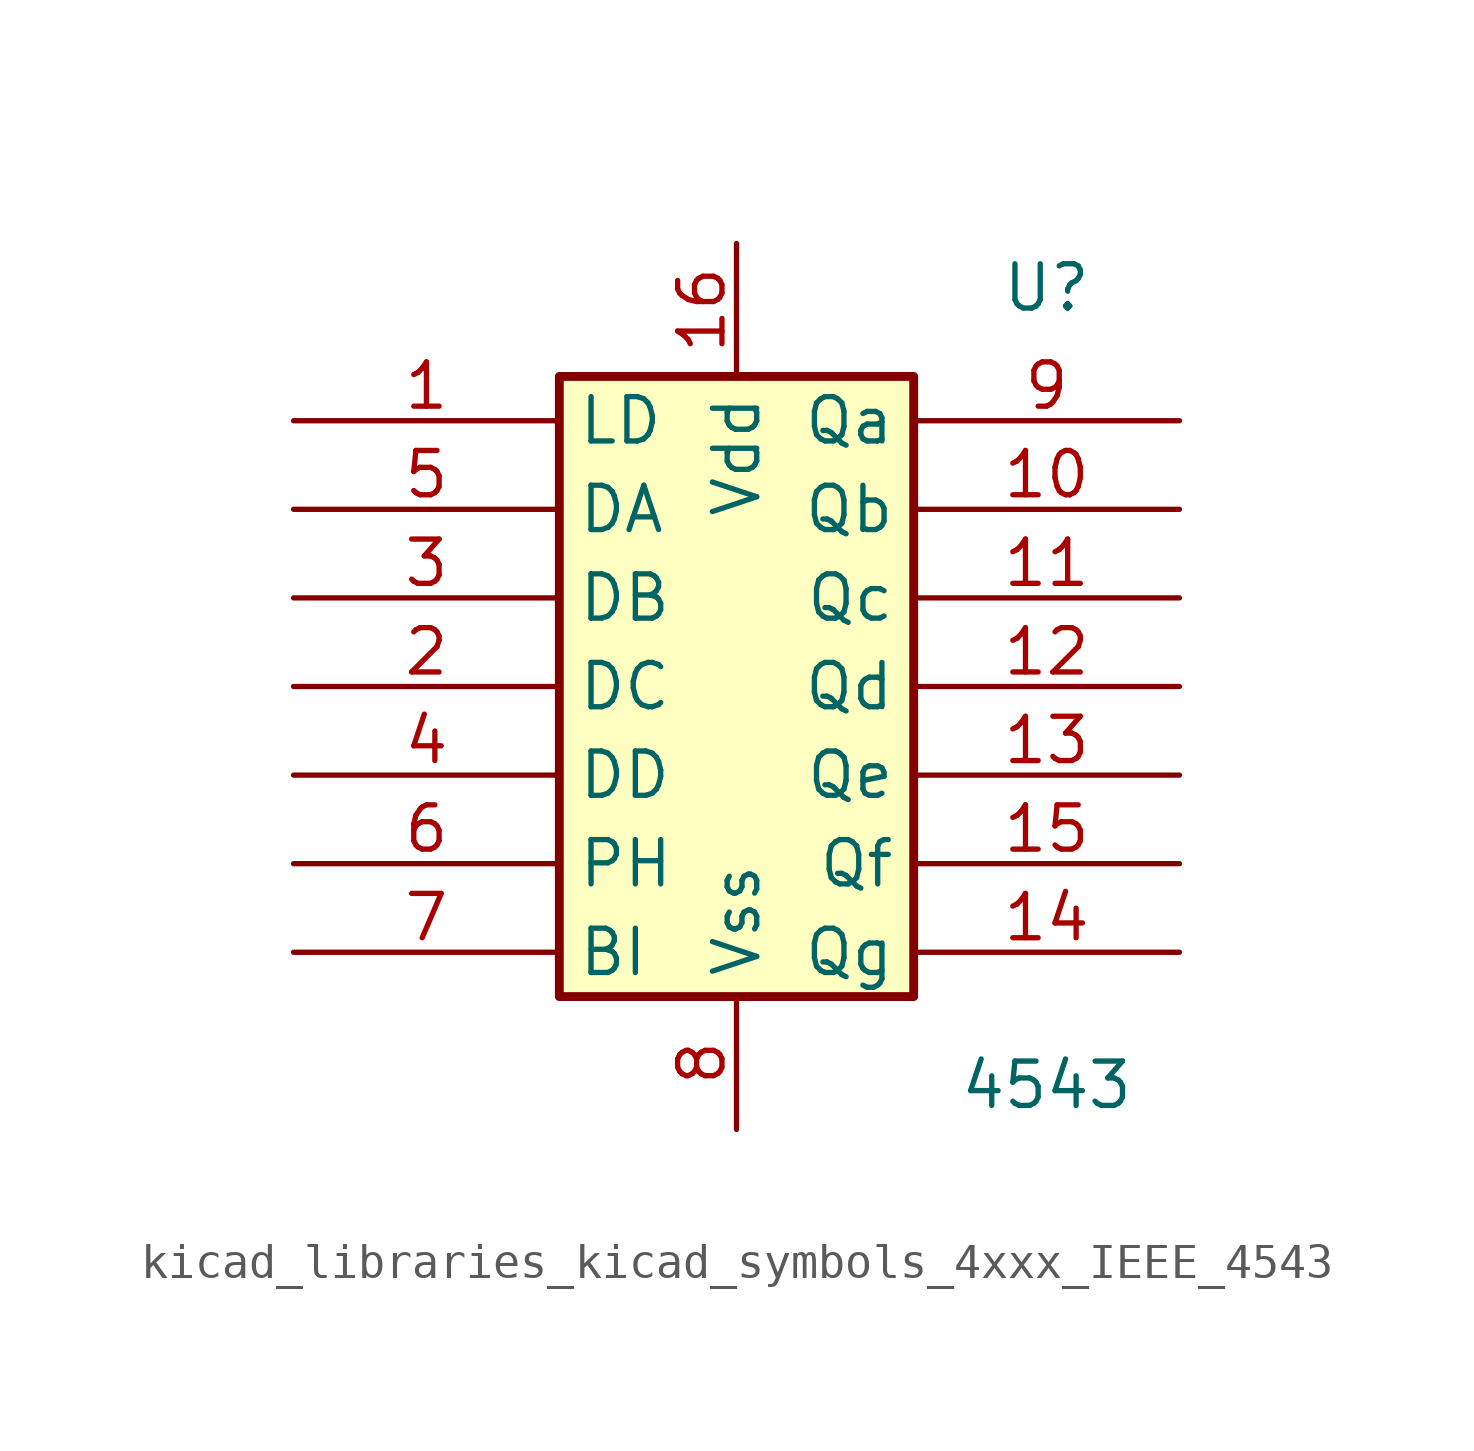
<source format=kicad_sym>
(kicad_symbol_lib
  (version 20220914)
  (generator kicad_symbol_editor)
  (symbol "kicad_libraries_kicad_symbols_4xxx_IEEE_4543"
    (property "Reference" "U"
      (at 8.89 11.43 0)
      (effects (font (size 1.27 1.27))))
    (property "Value" "4543"
      (at 8.89 -11.43 0)
      (effects (font (size 1.27 1.27))))
    (symbol "kicad_libraries_kicad_symbols_4xxx_IEEE_4543_0_1"
      (rectangle (start -5.08 8.89) (end 5.08 -8.89) (stroke (width 0.254) (type default)) (fill (type background))))
    (symbol "kicad_libraries_kicad_symbols_4xxx_IEEE_4543_1_1"
      (pin input line (at -12.7 7.62 0) (length 7.62) (name "LD" (effects (font (size 1.27 1.27)))) (number "1" (effects (font (size 1.27 1.27)))))
      (pin output line (at 12.7 5.08 180) (length 7.62) (name "Qb" (effects (font (size 1.27 1.27)))) (number "10" (effects (font (size 1.27 1.27)))))
      (pin output line (at 12.7 2.54 180) (length 7.62) (name "Qc" (effects (font (size 1.27 1.27)))) (number "11" (effects (font (size 1.27 1.27)))))
      (pin output line (at 12.7 0 180) (length 7.62) (name "Qd" (effects (font (size 1.27 1.27)))) (number "12" (effects (font (size 1.27 1.27)))))
      (pin output line (at 12.7 -2.54 180) (length 7.62) (name "Qe" (effects (font (size 1.27 1.27)))) (number "13" (effects (font (size 1.27 1.27)))))
      (pin output line (at 12.7 -7.62 180) (length 7.62) (name "Qg" (effects (font (size 1.27 1.27)))) (number "14" (effects (font (size 1.27 1.27)))))
      (pin output line (at 12.7 -5.08 180) (length 7.62) (name "Qf" (effects (font (size 1.27 1.27)))) (number "15" (effects (font (size 1.27 1.27)))))
      (pin power_in line (at 0 12.7 270) (length 3.81) (name "Vdd" (effects (font (size 1.27 1.27)))) (number "16" (effects (font (size 1.27 1.27)))))
      (pin input line (at -12.7 0 0) (length 7.62) (name "DC" (effects (font (size 1.27 1.27)))) (number "2" (effects (font (size 1.27 1.27)))))
      (pin input line (at -12.7 2.54 0) (length 7.62) (name "DB" (effects (font (size 1.27 1.27)))) (number "3" (effects (font (size 1.27 1.27)))))
      (pin input line (at -12.7 -2.54 0) (length 7.62) (name "DD" (effects (font (size 1.27 1.27)))) (number "4" (effects (font (size 1.27 1.27)))))
      (pin input line (at -12.7 5.08 0) (length 7.62) (name "DA" (effects (font (size 1.27 1.27)))) (number "5" (effects (font (size 1.27 1.27)))))
      (pin input line (at -12.7 -5.08 0) (length 7.62) (name "PH" (effects (font (size 1.27 1.27)))) (number "6" (effects (font (size 1.27 1.27)))))
      (pin input line (at -12.7 -7.62 0) (length 7.62) (name "BI" (effects (font (size 1.27 1.27)))) (number "7" (effects (font (size 1.27 1.27)))))
      (pin power_in line (at 0 -12.7 90) (length 3.81) (name "Vss" (effects (font (size 1.27 1.27)))) (number "8" (effects (font (size 1.27 1.27)))))
      (pin output line (at 12.7 7.62 180) (length 7.62) (name "Qa" (effects (font (size 1.27 1.27)))) (number "9" (effects (font (size 1.27 1.27))))))))
</source>
